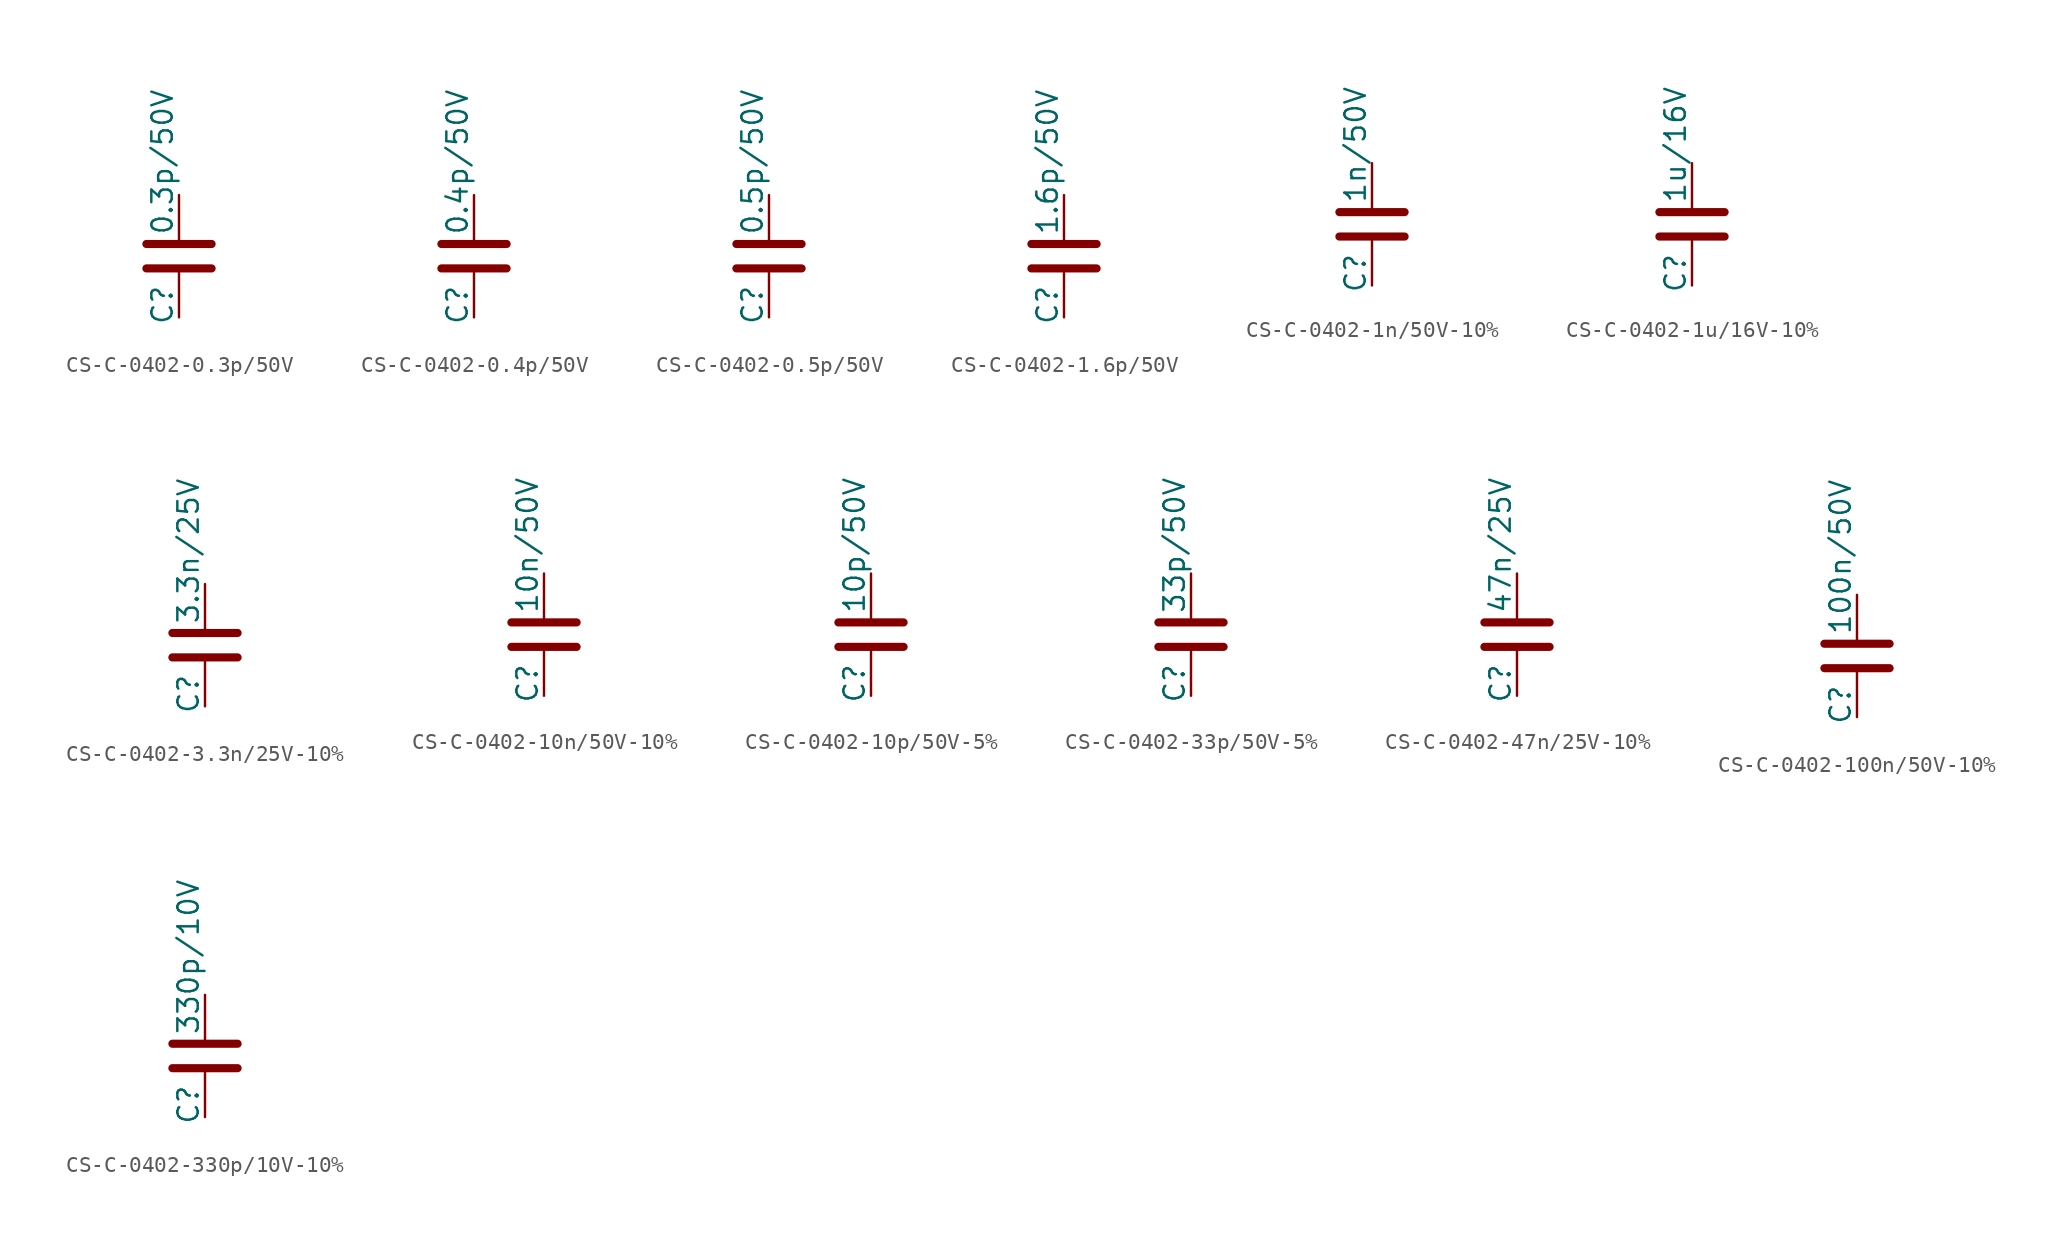
<source format=kicad_sym>
(kicad_symbol_lib
  (version 20241209)
  (generator "kicad_symbol_editor")
  (generator_version "9.0")
  (symbol "CS-C-0402-0.3p/50V"
    (pin_numbers
      (hide yes))
    (property "Reference" "C"
      (at -1.778 -4.318 90)
      (effects (font (size 1.27 1.27)) (justify left top)))
    (property "Value" "0.3p/50V"
      (at -1.778 1.27 90)
      (effects (font (size 1.27 1.27)) (justify left top)))
    (symbol "CS-C-0402-0.3p/50V_0_1"
      (polyline (pts (xy -2.032 0.762) (xy 2.032 0.762)) (stroke (width 0.508) (type default)) (fill (type none)))
      (polyline (pts (xy -2.032 -0.762) (xy 2.032 -0.762)) (stroke (width 0.508) (type default)) (fill (type none))))
    (symbol "CS-C-0402-0.3p/50V_1_1"
      (pin passive line (at 0 3.81 270) (length 2.794) (name "~" (effects (font (size 1.27 1.27)))) (number "1" (effects (font (size 1.27 1.27)))))
      (pin passive line (at 0 -3.81 90) (length 2.794) (name "~" (effects (font (size 1.27 1.27)))) (number "2" (effects (font (size 1.27 1.27)))))))
  (symbol "CS-C-0402-0.4p/50V"
    (pin_numbers
      (hide yes))
    (property "Reference" "C"
      (at -1.778 -4.318 90)
      (effects (font (size 1.27 1.27)) (justify left top)))
    (property "Value" "0.4p/50V"
      (at -1.778 1.27 90)
      (effects (font (size 1.27 1.27)) (justify left top)))
    (symbol "CS-C-0402-0.4p/50V_0_1"
      (polyline (pts (xy -2.032 0.762) (xy 2.032 0.762)) (stroke (width 0.508) (type default)) (fill (type none)))
      (polyline (pts (xy -2.032 -0.762) (xy 2.032 -0.762)) (stroke (width 0.508) (type default)) (fill (type none))))
    (symbol "CS-C-0402-0.4p/50V_1_1"
      (pin passive line (at 0 3.81 270) (length 2.794) (name "~" (effects (font (size 1.27 1.27)))) (number "1" (effects (font (size 1.27 1.27)))))
      (pin passive line (at 0 -3.81 90) (length 2.794) (name "~" (effects (font (size 1.27 1.27)))) (number "2" (effects (font (size 1.27 1.27)))))))
  (symbol "CS-C-0402-0.5p/50V"
    (pin_numbers
      (hide yes))
    (property "Reference" "C"
      (at -1.778 -4.318 90)
      (effects (font (size 1.27 1.27)) (justify left top)))
    (property "Value" "0.5p/50V"
      (at -1.778 1.27 90)
      (effects (font (size 1.27 1.27)) (justify left top)))
    (symbol "CS-C-0402-0.5p/50V_0_1"
      (polyline (pts (xy -2.032 0.762) (xy 2.032 0.762)) (stroke (width 0.508) (type default)) (fill (type none)))
      (polyline (pts (xy -2.032 -0.762) (xy 2.032 -0.762)) (stroke (width 0.508) (type default)) (fill (type none))))
    (symbol "CS-C-0402-0.5p/50V_1_1"
      (pin passive line (at 0 3.81 270) (length 2.794) (name "~" (effects (font (size 1.27 1.27)))) (number "1" (effects (font (size 1.27 1.27)))))
      (pin passive line (at 0 -3.81 90) (length 2.794) (name "~" (effects (font (size 1.27 1.27)))) (number "2" (effects (font (size 1.27 1.27)))))))
  (symbol "CS-C-0402-1.6p/50V"
    (pin_numbers
      (hide yes))
    (property "Reference" "C"
      (at -1.778 -4.318 90)
      (effects (font (size 1.27 1.27)) (justify left top)))
    (property "Value" "1.6p/50V"
      (at -1.778 1.27 90)
      (effects (font (size 1.27 1.27)) (justify left top)))
    (symbol "CS-C-0402-1.6p/50V_0_1"
      (polyline (pts (xy -2.032 0.762) (xy 2.032 0.762)) (stroke (width 0.508) (type default)) (fill (type none)))
      (polyline (pts (xy -2.032 -0.762) (xy 2.032 -0.762)) (stroke (width 0.508) (type default)) (fill (type none))))
    (symbol "CS-C-0402-1.6p/50V_1_1"
      (pin passive line (at 0 3.81 270) (length 2.794) (name "~" (effects (font (size 1.27 1.27)))) (number "1" (effects (font (size 1.27 1.27)))))
      (pin passive line (at 0 -3.81 90) (length 2.794) (name "~" (effects (font (size 1.27 1.27)))) (number "2" (effects (font (size 1.27 1.27)))))))
  (symbol "CS-C-0402-1n/50V-10%"
    (pin_numbers
      (hide yes))
    (property "Reference" "C"
      (at -1.778 -4.318 90)
      (effects (font (size 1.27 1.27)) (justify left top)))
    (property "Value" "1n/50V"
      (at -1.778 1.27 90)
      (effects (font (size 1.27 1.27)) (justify left top)))
    (symbol "CS-C-0402-1n/50V-10%_0_1"
      (polyline (pts (xy -2.032 0.762) (xy 2.032 0.762)) (stroke (width 0.508) (type default)) (fill (type none)))
      (polyline (pts (xy -2.032 -0.762) (xy 2.032 -0.762)) (stroke (width 0.508) (type default)) (fill (type none))))
    (symbol "CS-C-0402-1n/50V-10%_1_1"
      (pin passive line (at 0 3.81 270) (length 2.794) (name "~" (effects (font (size 1.27 1.27)))) (number "1" (effects (font (size 1.27 1.27)))))
      (pin passive line (at 0 -3.81 90) (length 2.794) (name "~" (effects (font (size 1.27 1.27)))) (number "2" (effects (font (size 1.27 1.27)))))))
  (symbol "CS-C-0402-1u/16V-10%"
    (pin_numbers
      (hide yes))
    (property "Reference" "C"
      (at -1.778 -4.318 90)
      (effects (font (size 1.27 1.27)) (justify left top)))
    (property "Value" "1u/16V"
      (at -1.778 1.27 90)
      (effects (font (size 1.27 1.27)) (justify left top)))
    (symbol "CS-C-0402-1u/16V-10%_0_1"
      (polyline (pts (xy -2.032 0.762) (xy 2.032 0.762)) (stroke (width 0.508) (type default)) (fill (type none)))
      (polyline (pts (xy -2.032 -0.762) (xy 2.032 -0.762)) (stroke (width 0.508) (type default)) (fill (type none))))
    (symbol "CS-C-0402-1u/16V-10%_1_1"
      (pin passive line (at 0 3.81 270) (length 2.794) (name "~" (effects (font (size 1.27 1.27)))) (number "1" (effects (font (size 1.27 1.27)))))
      (pin passive line (at 0 -3.81 90) (length 2.794) (name "~" (effects (font (size 1.27 1.27)))) (number "2" (effects (font (size 1.27 1.27)))))))
  (symbol "CS-C-0402-3.3n/25V-10%"
    (pin_numbers
      (hide yes))
    (property "Reference" "C"
      (at -1.778 -4.318 90)
      (effects (font (size 1.27 1.27)) (justify left top)))
    (property "Value" "3.3n/25V"
      (at -1.778 1.27 90)
      (effects (font (size 1.27 1.27)) (justify left top)))
    (symbol "CS-C-0402-3.3n/25V-10%_0_1"
      (polyline (pts (xy -2.032 0.762) (xy 2.032 0.762)) (stroke (width 0.508) (type default)) (fill (type none)))
      (polyline (pts (xy -2.032 -0.762) (xy 2.032 -0.762)) (stroke (width 0.508) (type default)) (fill (type none))))
    (symbol "CS-C-0402-3.3n/25V-10%_1_1"
      (pin passive line (at 0 3.81 270) (length 2.794) (name "~" (effects (font (size 1.27 1.27)))) (number "1" (effects (font (size 1.27 1.27)))))
      (pin passive line (at 0 -3.81 90) (length 2.794) (name "~" (effects (font (size 1.27 1.27)))) (number "2" (effects (font (size 1.27 1.27)))))))
  (symbol "CS-C-0402-10n/50V-10%"
    (pin_numbers
      (hide yes))
    (property "Reference" "C"
      (at -1.778 -4.318 90)
      (effects (font (size 1.27 1.27)) (justify left top)))
    (property "Value" "10n/50V"
      (at -1.778 1.27 90)
      (effects (font (size 1.27 1.27)) (justify left top)))
    (symbol "CS-C-0402-10n/50V-10%_0_1"
      (polyline (pts (xy -2.032 0.762) (xy 2.032 0.762)) (stroke (width 0.508) (type default)) (fill (type none)))
      (polyline (pts (xy -2.032 -0.762) (xy 2.032 -0.762)) (stroke (width 0.508) (type default)) (fill (type none))))
    (symbol "CS-C-0402-10n/50V-10%_1_1"
      (pin passive line (at 0 3.81 270) (length 2.794) (name "~" (effects (font (size 1.27 1.27)))) (number "1" (effects (font (size 1.27 1.27)))))
      (pin passive line (at 0 -3.81 90) (length 2.794) (name "~" (effects (font (size 1.27 1.27)))) (number "2" (effects (font (size 1.27 1.27)))))))
  (symbol "CS-C-0402-10p/50V-5%"
    (pin_numbers
      (hide yes))
    (property "Reference" "C"
      (at -1.778 -4.318 90)
      (effects (font (size 1.27 1.27)) (justify left top)))
    (property "Value" "10p/50V"
      (at -1.778 1.27 90)
      (effects (font (size 1.27 1.27)) (justify left top)))
    (symbol "CS-C-0402-10p/50V-5%_0_1"
      (polyline (pts (xy -2.032 0.762) (xy 2.032 0.762)) (stroke (width 0.508) (type default)) (fill (type none)))
      (polyline (pts (xy -2.032 -0.762) (xy 2.032 -0.762)) (stroke (width 0.508) (type default)) (fill (type none))))
    (symbol "CS-C-0402-10p/50V-5%_1_1"
      (pin passive line (at 0 3.81 270) (length 2.794) (name "~" (effects (font (size 1.27 1.27)))) (number "1" (effects (font (size 1.27 1.27)))))
      (pin passive line (at 0 -3.81 90) (length 2.794) (name "~" (effects (font (size 1.27 1.27)))) (number "2" (effects (font (size 1.27 1.27)))))))
  (symbol "CS-C-0402-33p/50V-5%"
    (pin_numbers
      (hide yes))
    (property "Reference" "C"
      (at -1.778 -4.318 90)
      (effects (font (size 1.27 1.27)) (justify left top)))
    (property "Value" "33p/50V"
      (at -1.778 1.27 90)
      (effects (font (size 1.27 1.27)) (justify left top)))
    (symbol "CS-C-0402-33p/50V-5%_0_1"
      (polyline (pts (xy -2.032 0.762) (xy 2.032 0.762)) (stroke (width 0.508) (type default)) (fill (type none)))
      (polyline (pts (xy -2.032 -0.762) (xy 2.032 -0.762)) (stroke (width 0.508) (type default)) (fill (type none))))
    (symbol "CS-C-0402-33p/50V-5%_1_1"
      (pin passive line (at 0 3.81 270) (length 2.794) (name "~" (effects (font (size 1.27 1.27)))) (number "1" (effects (font (size 1.27 1.27)))))
      (pin passive line (at 0 -3.81 90) (length 2.794) (name "~" (effects (font (size 1.27 1.27)))) (number "2" (effects (font (size 1.27 1.27)))))))
  (symbol "CS-C-0402-47n/25V-10%"
    (pin_numbers
      (hide yes))
    (property "Reference" "C"
      (at -1.778 -4.318 90)
      (effects (font (size 1.27 1.27)) (justify left top)))
    (property "Value" "47n/25V"
      (at -1.778 1.27 90)
      (effects (font (size 1.27 1.27)) (justify left top)))
    (symbol "CS-C-0402-47n/25V-10%_0_1"
      (polyline (pts (xy -2.032 0.762) (xy 2.032 0.762)) (stroke (width 0.508) (type default)) (fill (type none)))
      (polyline (pts (xy -2.032 -0.762) (xy 2.032 -0.762)) (stroke (width 0.508) (type default)) (fill (type none))))
    (symbol "CS-C-0402-47n/25V-10%_1_1"
      (pin passive line (at 0 3.81 270) (length 2.794) (name "~" (effects (font (size 1.27 1.27)))) (number "1" (effects (font (size 1.27 1.27)))))
      (pin passive line (at 0 -3.81 90) (length 2.794) (name "~" (effects (font (size 1.27 1.27)))) (number "2" (effects (font (size 1.27 1.27)))))))
  (symbol "CS-C-0402-100n/50V-10%"
    (pin_numbers
      (hide yes))
    (property "Reference" "C"
      (at -1.778 -4.318 90)
      (effects (font (size 1.27 1.27)) (justify left top)))
    (property "Value" "100n/50V"
      (at -1.778 1.27 90)
      (effects (font (size 1.27 1.27)) (justify left top)))
    (symbol "CS-C-0402-100n/50V-10%_0_1"
      (polyline (pts (xy -2.032 0.762) (xy 2.032 0.762)) (stroke (width 0.508) (type default)) (fill (type none)))
      (polyline (pts (xy -2.032 -0.762) (xy 2.032 -0.762)) (stroke (width 0.508) (type default)) (fill (type none))))
    (symbol "CS-C-0402-100n/50V-10%_1_1"
      (pin passive line (at 0 3.81 270) (length 2.794) (name "~" (effects (font (size 1.27 1.27)))) (number "1" (effects (font (size 1.27 1.27)))))
      (pin passive line (at 0 -3.81 90) (length 2.794) (name "~" (effects (font (size 1.27 1.27)))) (number "2" (effects (font (size 1.27 1.27)))))))
  (symbol "CS-C-0402-330p/10V-10%"
    (pin_numbers
      (hide yes))
    (property "Reference" "C"
      (at -1.778 -4.318 90)
      (effects (font (size 1.27 1.27)) (justify left top)))
    (property "Value" "330p/10V"
      (at -1.778 1.27 90)
      (effects (font (size 1.27 1.27)) (justify left top)))
    (symbol "CS-C-0402-330p/10V-10%_0_1"
      (polyline (pts (xy -2.032 0.762) (xy 2.032 0.762)) (stroke (width 0.508) (type default)) (fill (type none)))
      (polyline (pts (xy -2.032 -0.762) (xy 2.032 -0.762)) (stroke (width 0.508) (type default)) (fill (type none))))
    (symbol "CS-C-0402-330p/10V-10%_1_1"
      (pin passive line (at 0 3.81 270) (length 2.794) (name "~" (effects (font (size 1.27 1.27)))) (number "1" (effects (font (size 1.27 1.27)))))
      (pin passive line (at 0 -3.81 90) (length 2.794) (name "~" (effects (font (size 1.27 1.27)))) (number "2" (effects (font (size 1.27 1.27))))))))
</source>
